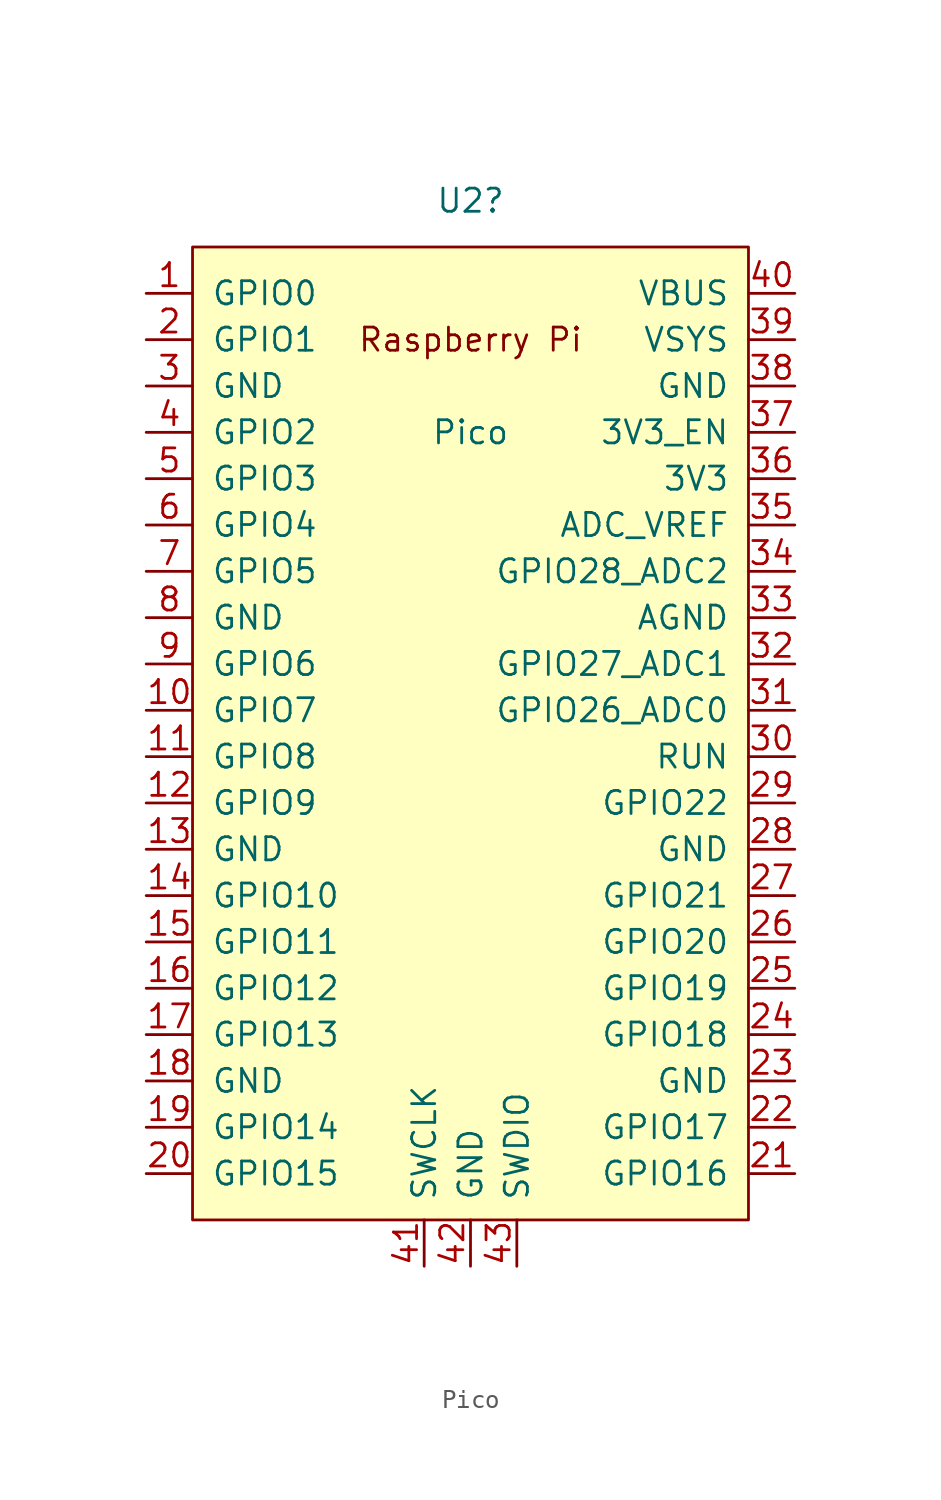
<source format=kicad_sym>
(kicad_symbol_lib
  (version 20220914)
  (generator kicad_symbol_editor)
  (symbol "Pico"
    (pin_names
      (offset 1.016))
    (property "Reference" "U2"
      (at 0 29.21 0)
      (effects (font (size 1.27 1.27))))
    (property "Value" "Pico"
      (at 0 16.51 0)
      (effects (font (size 1.27 1.27))))
    (symbol "Pico_0_0"
      (text "Raspberry Pi" (at 0 21.59 0) (effects (font (size 1.27 1.27)))))
    (symbol "Pico_0_1"
      (rectangle (start -15.24 26.67) (end 15.24 -26.67) (stroke (width 0) (type solid)) (fill (type background))))
    (symbol "Pico_1_1"
      (pin bidirectional line (at -17.78 24.13 0) (length 2.54) (name "GPIO0" (effects (font (size 1.27 1.27)))) (number "1" (effects (font (size 1.27 1.27)))))
      (pin bidirectional line (at -17.78 1.27 0) (length 2.54) (name "GPIO7" (effects (font (size 1.27 1.27)))) (number "10" (effects (font (size 1.27 1.27)))))
      (pin bidirectional line (at -17.78 -1.27 0) (length 2.54) (name "GPIO8" (effects (font (size 1.27 1.27)))) (number "11" (effects (font (size 1.27 1.27)))))
      (pin bidirectional line (at -17.78 -3.81 0) (length 2.54) (name "GPIO9" (effects (font (size 1.27 1.27)))) (number "12" (effects (font (size 1.27 1.27)))))
      (pin power_in line (at -17.78 -6.35 0) (length 2.54) (name "GND" (effects (font (size 1.27 1.27)))) (number "13" (effects (font (size 1.27 1.27)))))
      (pin bidirectional line (at -17.78 -8.89 0) (length 2.54) (name "GPIO10" (effects (font (size 1.27 1.27)))) (number "14" (effects (font (size 1.27 1.27)))))
      (pin bidirectional line (at -17.78 -11.43 0) (length 2.54) (name "GPIO11" (effects (font (size 1.27 1.27)))) (number "15" (effects (font (size 1.27 1.27)))))
      (pin bidirectional line (at -17.78 -13.97 0) (length 2.54) (name "GPIO12" (effects (font (size 1.27 1.27)))) (number "16" (effects (font (size 1.27 1.27)))))
      (pin bidirectional line (at -17.78 -16.51 0) (length 2.54) (name "GPIO13" (effects (font (size 1.27 1.27)))) (number "17" (effects (font (size 1.27 1.27)))))
      (pin power_in line (at -17.78 -19.05 0) (length 2.54) (name "GND" (effects (font (size 1.27 1.27)))) (number "18" (effects (font (size 1.27 1.27)))))
      (pin bidirectional line (at -17.78 -21.59 0) (length 2.54) (name "GPIO14" (effects (font (size 1.27 1.27)))) (number "19" (effects (font (size 1.27 1.27)))))
      (pin bidirectional line (at -17.78 21.59 0) (length 2.54) (name "GPIO1" (effects (font (size 1.27 1.27)))) (number "2" (effects (font (size 1.27 1.27)))))
      (pin bidirectional line (at -17.78 -24.13 0) (length 2.54) (name "GPIO15" (effects (font (size 1.27 1.27)))) (number "20" (effects (font (size 1.27 1.27)))))
      (pin bidirectional line (at 17.78 -24.13 180) (length 2.54) (name "GPIO16" (effects (font (size 1.27 1.27)))) (number "21" (effects (font (size 1.27 1.27)))))
      (pin bidirectional line (at 17.78 -21.59 180) (length 2.54) (name "GPIO17" (effects (font (size 1.27 1.27)))) (number "22" (effects (font (size 1.27 1.27)))))
      (pin power_in line (at 17.78 -19.05 180) (length 2.54) (name "GND" (effects (font (size 1.27 1.27)))) (number "23" (effects (font (size 1.27 1.27)))))
      (pin bidirectional line (at 17.78 -16.51 180) (length 2.54) (name "GPIO18" (effects (font (size 1.27 1.27)))) (number "24" (effects (font (size 1.27 1.27)))))
      (pin bidirectional line (at 17.78 -13.97 180) (length 2.54) (name "GPIO19" (effects (font (size 1.27 1.27)))) (number "25" (effects (font (size 1.27 1.27)))))
      (pin bidirectional line (at 17.78 -11.43 180) (length 2.54) (name "GPIO20" (effects (font (size 1.27 1.27)))) (number "26" (effects (font (size 1.27 1.27)))))
      (pin bidirectional line (at 17.78 -8.89 180) (length 2.54) (name "GPIO21" (effects (font (size 1.27 1.27)))) (number "27" (effects (font (size 1.27 1.27)))))
      (pin power_in line (at 17.78 -6.35 180) (length 2.54) (name "GND" (effects (font (size 1.27 1.27)))) (number "28" (effects (font (size 1.27 1.27)))))
      (pin bidirectional line (at 17.78 -3.81 180) (length 2.54) (name "GPIO22" (effects (font (size 1.27 1.27)))) (number "29" (effects (font (size 1.27 1.27)))))
      (pin power_in line (at -17.78 19.05 0) (length 2.54) (name "GND" (effects (font (size 1.27 1.27)))) (number "3" (effects (font (size 1.27 1.27)))))
      (pin input line (at 17.78 -1.27 180) (length 2.54) (name "RUN" (effects (font (size 1.27 1.27)))) (number "30" (effects (font (size 1.27 1.27)))))
      (pin bidirectional line (at 17.78 1.27 180) (length 2.54) (name "GPIO26_ADC0" (effects (font (size 1.27 1.27)))) (number "31" (effects (font (size 1.27 1.27)))))
      (pin bidirectional line (at 17.78 3.81 180) (length 2.54) (name "GPIO27_ADC1" (effects (font (size 1.27 1.27)))) (number "32" (effects (font (size 1.27 1.27)))))
      (pin power_in line (at 17.78 6.35 180) (length 2.54) (name "AGND" (effects (font (size 1.27 1.27)))) (number "33" (effects (font (size 1.27 1.27)))))
      (pin bidirectional line (at 17.78 8.89 180) (length 2.54) (name "GPIO28_ADC2" (effects (font (size 1.27 1.27)))) (number "34" (effects (font (size 1.27 1.27)))))
      (pin unspecified line (at 17.78 11.43 180) (length 2.54) (name "ADC_VREF" (effects (font (size 1.27 1.27)))) (number "35" (effects (font (size 1.27 1.27)))))
      (pin unspecified line (at 17.78 13.97 180) (length 2.54) (name "3V3" (effects (font (size 1.27 1.27)))) (number "36" (effects (font (size 1.27 1.27)))))
      (pin input line (at 17.78 16.51 180) (length 2.54) (name "3V3_EN" (effects (font (size 1.27 1.27)))) (number "37" (effects (font (size 1.27 1.27)))))
      (pin bidirectional line (at 17.78 19.05 180) (length 2.54) (name "GND" (effects (font (size 1.27 1.27)))) (number "38" (effects (font (size 1.27 1.27)))))
      (pin unspecified line (at 17.78 21.59 180) (length 2.54) (name "VSYS" (effects (font (size 1.27 1.27)))) (number "39" (effects (font (size 1.27 1.27)))))
      (pin bidirectional line (at -17.78 16.51 0) (length 2.54) (name "GPIO2" (effects (font (size 1.27 1.27)))) (number "4" (effects (font (size 1.27 1.27)))))
      (pin unspecified line (at 17.78 24.13 180) (length 2.54) (name "VBUS" (effects (font (size 1.27 1.27)))) (number "40" (effects (font (size 1.27 1.27)))))
      (pin input line (at -2.54 -29.21 90) (length 2.54) (name "SWCLK" (effects (font (size 1.27 1.27)))) (number "41" (effects (font (size 1.27 1.27)))))
      (pin power_in line (at 0 -29.21 90) (length 2.54) (name "GND" (effects (font (size 1.27 1.27)))) (number "42" (effects (font (size 1.27 1.27)))))
      (pin bidirectional line (at 2.54 -29.21 90) (length 2.54) (name "SWDIO" (effects (font (size 1.27 1.27)))) (number "43" (effects (font (size 1.27 1.27)))))
      (pin bidirectional line (at -17.78 13.97 0) (length 2.54) (name "GPIO3" (effects (font (size 1.27 1.27)))) (number "5" (effects (font (size 1.27 1.27)))))
      (pin bidirectional line (at -17.78 11.43 0) (length 2.54) (name "GPIO4" (effects (font (size 1.27 1.27)))) (number "6" (effects (font (size 1.27 1.27)))))
      (pin bidirectional line (at -17.78 8.89 0) (length 2.54) (name "GPIO5" (effects (font (size 1.27 1.27)))) (number "7" (effects (font (size 1.27 1.27)))))
      (pin power_in line (at -17.78 6.35 0) (length 2.54) (name "GND" (effects (font (size 1.27 1.27)))) (number "8" (effects (font (size 1.27 1.27)))))
      (pin bidirectional line (at -17.78 3.81 0) (length 2.54) (name "GPIO6" (effects (font (size 1.27 1.27)))) (number "9" (effects (font (size 1.27 1.27))))))))
</source>
